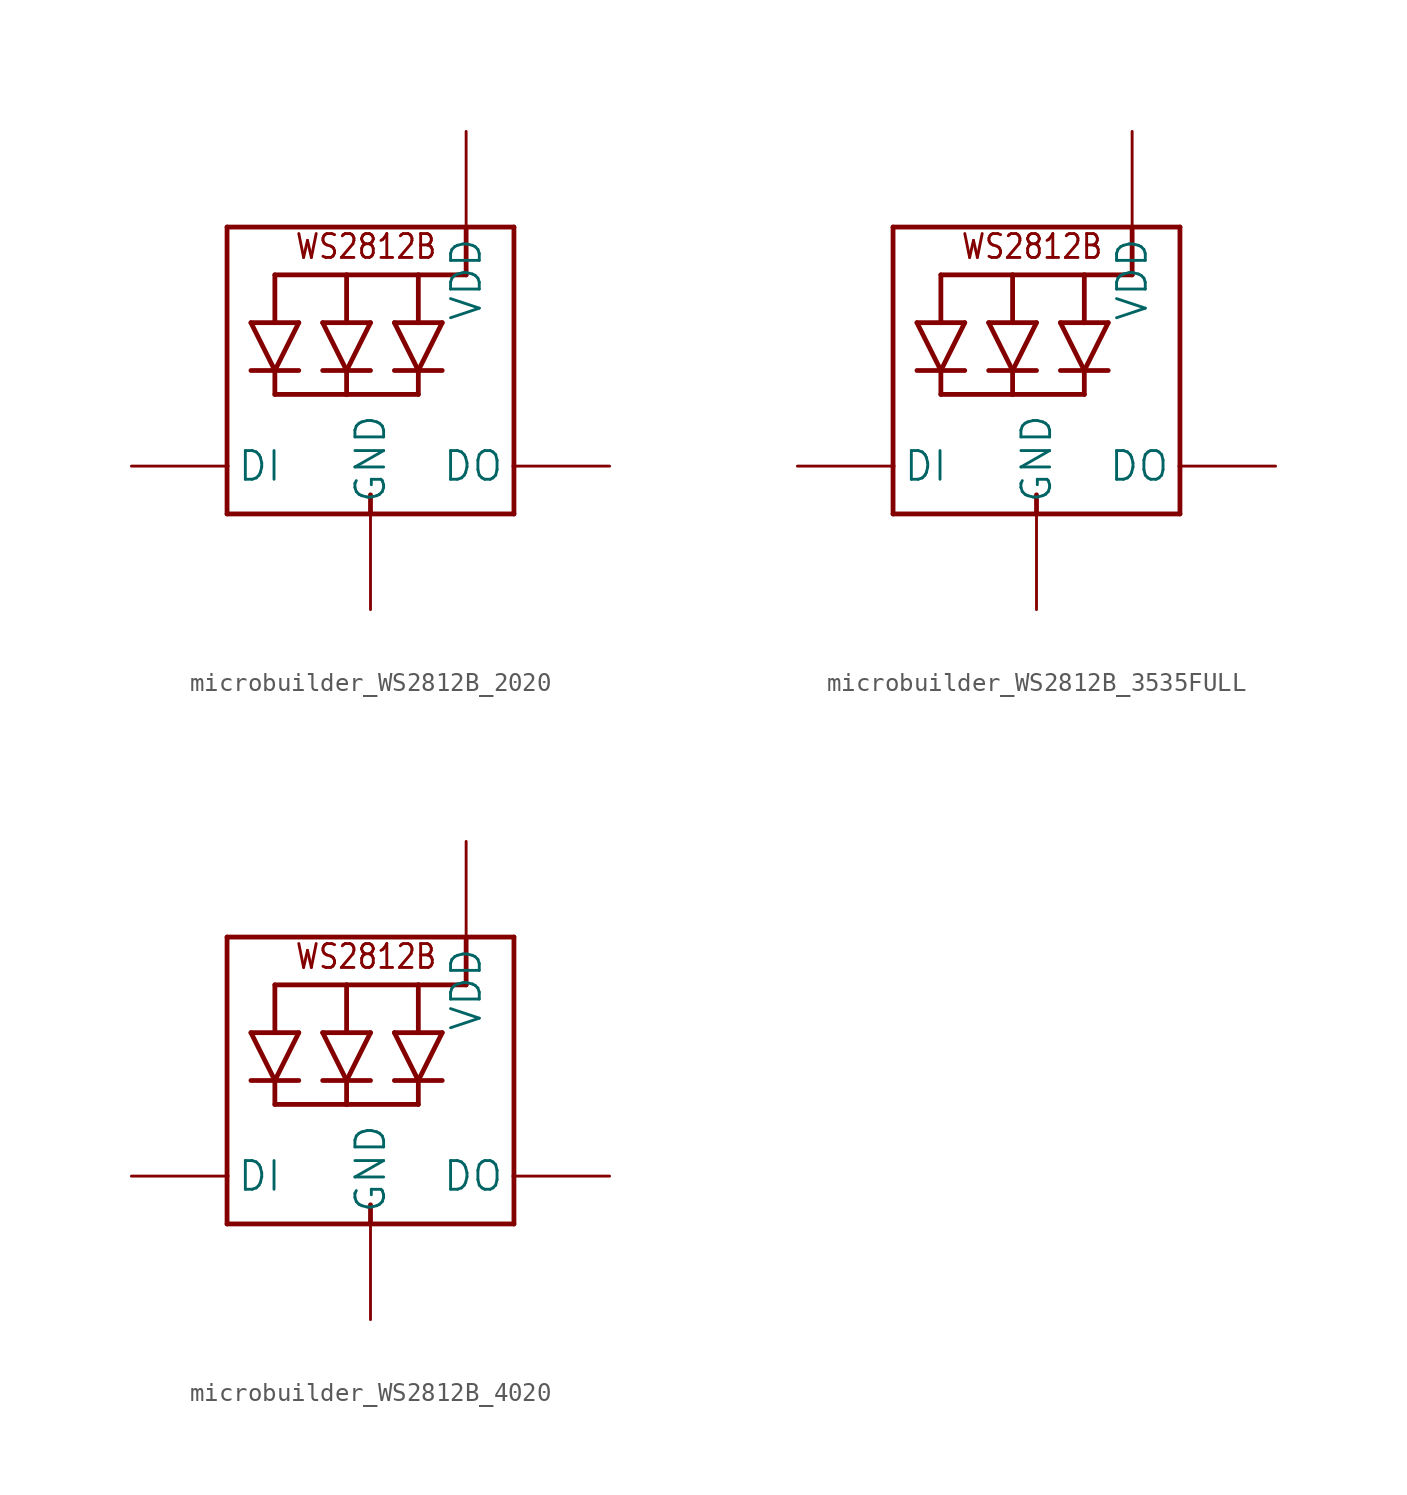
<source format=kicad_sym>
(kicad_symbol_lib
  (version 20241209)
  (generator "kicad_symbol_editor")
  (generator_version "9.0")
  (symbol "microbuilder_WS2812B_2020"
    (property "Reference" "LED"
      (at 0 0 0)
      (effects (font (size 1.27 1.27)) (hide yes)))
    (property "ki_locked" ""
      (at 0 0 0)
      (effects (font (size 1.27 1.27))))
    (symbol "microbuilder_WS2812B_2020_1_0"
      (polyline (pts (xy -7.62 10.16) (xy -7.62 -2.54)) (stroke (width 0.254) (type solid)) (fill (type none)))
      (polyline (pts (xy -7.62 -2.54) (xy -7.62 -5.08)) (stroke (width 0.254) (type solid)) (fill (type none)))
      (polyline (pts (xy -7.62 -5.08) (xy 0 -5.08)) (stroke (width 0.254) (type solid)) (fill (type none)))
      (polyline (pts (xy -6.35 5.08) (xy -5.08 5.08)) (stroke (width 0.254) (type solid)) (fill (type none)))
      (polyline (pts (xy -6.35 2.54) (xy -5.08 2.54)) (stroke (width 0.254) (type solid)) (fill (type none)))
      (polyline (pts (xy -5.08 7.62) (xy -5.08 5.08)) (stroke (width 0.254) (type solid)) (fill (type none)))
      (polyline (pts (xy -5.08 5.08) (xy -3.81 5.08)) (stroke (width 0.254) (type solid)) (fill (type none)))
      (polyline (pts (xy -5.08 2.54) (xy -6.35 5.08)) (stroke (width 0.254) (type solid)) (fill (type none)))
      (polyline (pts (xy -5.08 2.54) (xy -5.08 1.27)) (stroke (width 0.254) (type solid)) (fill (type none)))
      (polyline (pts (xy -5.08 2.54) (xy -3.81 5.08)) (stroke (width 0.254) (type solid)) (fill (type none)))
      (polyline (pts (xy -3.81 2.54) (xy -5.08 2.54)) (stroke (width 0.254) (type solid)) (fill (type none)))
      (polyline (pts (xy -2.54 5.08) (xy 0 5.08)) (stroke (width 0.254) (type solid)) (fill (type none)))
      (polyline (pts (xy -2.54 2.54) (xy -1.27 2.54)) (stroke (width 0.254) (type solid)) (fill (type none)))
      (polyline (pts (xy -1.27 7.62) (xy -5.08 7.62)) (stroke (width 0.254) (type solid)) (fill (type none)))
      (polyline (pts (xy -1.27 5.08) (xy -1.27 7.62)) (stroke (width 0.254) (type solid)) (fill (type none)))
      (polyline (pts (xy -1.27 2.54) (xy -2.54 5.08)) (stroke (width 0.254) (type solid)) (fill (type none)))
      (polyline (pts (xy -1.27 2.54) (xy -1.27 1.27)) (stroke (width 0.254) (type solid)) (fill (type none)))
      (polyline (pts (xy -1.27 2.54) (xy 0 2.54)) (stroke (width 0.254) (type solid)) (fill (type none)))
      (polyline (pts (xy -1.27 1.27) (xy -5.08 1.27)) (stroke (width 0.254) (type solid)) (fill (type none)))
      (polyline (pts (xy 0 5.08) (xy -1.27 2.54)) (stroke (width 0.254) (type solid)) (fill (type none)))
      (polyline (pts (xy 0 -4.064) (xy 0 -5.08)) (stroke (width 0.254) (type solid)) (fill (type none)))
      (polyline (pts (xy 0 -5.08) (xy 7.62 -5.08)) (stroke (width 0.254) (type solid)) (fill (type none)))
      (polyline (pts (xy 1.27 5.08) (xy 2.54 5.08)) (stroke (width 0.254) (type solid)) (fill (type none)))
      (polyline (pts (xy 1.27 5.08) (xy 2.54 2.54)) (stroke (width 0.254) (type solid)) (fill (type none)))
      (polyline (pts (xy 2.54 7.62) (xy -1.27 7.62)) (stroke (width 0.254) (type solid)) (fill (type none)))
      (polyline (pts (xy 2.54 7.62) (xy 5.08 7.62)) (stroke (width 0.254) (type solid)) (fill (type none)))
      (polyline (pts (xy 2.54 5.08) (xy 2.54 7.62)) (stroke (width 0.254) (type solid)) (fill (type none)))
      (polyline (pts (xy 2.54 2.54) (xy 1.27 2.54)) (stroke (width 0.254) (type solid)) (fill (type none)))
      (polyline (pts (xy 2.54 2.54) (xy 2.54 1.27)) (stroke (width 0.254) (type solid)) (fill (type none)))
      (polyline (pts (xy 2.54 2.54) (xy 3.81 5.08)) (stroke (width 0.254) (type solid)) (fill (type none)))
      (polyline (pts (xy 2.54 2.54) (xy 3.81 2.54)) (stroke (width 0.254) (type solid)) (fill (type none)))
      (polyline (pts (xy 2.54 1.27) (xy -1.27 1.27)) (stroke (width 0.254) (type solid)) (fill (type none)))
      (polyline (pts (xy 3.81 5.08) (xy 2.54 5.08)) (stroke (width 0.254) (type solid)) (fill (type none)))
      (polyline (pts (xy 5.08 10.16) (xy -7.62 10.16)) (stroke (width 0.254) (type solid)) (fill (type none)))
      (polyline (pts (xy 5.08 10.16) (xy 5.08 7.62)) (stroke (width 0.254) (type solid)) (fill (type none)))
      (polyline (pts (xy 7.62 10.16) (xy 5.08 10.16)) (stroke (width 0.254) (type solid)) (fill (type none)))
      (polyline (pts (xy 7.62 -2.54) (xy 7.62 10.16)) (stroke (width 0.254) (type solid)) (fill (type none)))
      (polyline (pts (xy 7.62 -5.08) (xy 7.62 -2.54)) (stroke (width 0.254) (type solid)) (fill (type none)))
      (text "WS2812B" (at -4.064 8.382 0) (effects (font (size 1.27 1.079)) (justify left bottom)))
      (pin input line (at -12.7 -2.54 0) (length 5.08) (name "DI" (effects (font (size 1.524 1.524)))) (number "3" (effects (font (size 0 0)))))
      (pin power_in line (at 0 -10.16 90) (length 5.08) (name "GND" (effects (font (size 1.524 1.524)))) (number "2" (effects (font (size 0 0)))))
      (pin power_in line (at 5.08 15.24 270) (length 5.08) (name "VDD" (effects (font (size 1.524 1.524)))) (number "4" (effects (font (size 0 0)))))
      (pin output line (at 12.7 -2.54 180) (length 5.08) (name "DO" (effects (font (size 1.524 1.524)))) (number "1" (effects (font (size 0 0)))))))
  (symbol "microbuilder_WS2812B_3535FULL"
    (property "Reference" "LED"
      (at 0 0 0)
      (effects (font (size 1.27 1.27)) (hide yes)))
    (property "ki_locked" ""
      (at 0 0 0)
      (effects (font (size 1.27 1.27))))
    (symbol "microbuilder_WS2812B_3535FULL_1_0"
      (polyline (pts (xy -7.62 10.16) (xy -7.62 -2.54)) (stroke (width 0.254) (type solid)) (fill (type none)))
      (polyline (pts (xy -7.62 -2.54) (xy -7.62 -5.08)) (stroke (width 0.254) (type solid)) (fill (type none)))
      (polyline (pts (xy -7.62 -5.08) (xy 0 -5.08)) (stroke (width 0.254) (type solid)) (fill (type none)))
      (polyline (pts (xy -6.35 5.08) (xy -5.08 5.08)) (stroke (width 0.254) (type solid)) (fill (type none)))
      (polyline (pts (xy -6.35 2.54) (xy -5.08 2.54)) (stroke (width 0.254) (type solid)) (fill (type none)))
      (polyline (pts (xy -5.08 7.62) (xy -5.08 5.08)) (stroke (width 0.254) (type solid)) (fill (type none)))
      (polyline (pts (xy -5.08 5.08) (xy -3.81 5.08)) (stroke (width 0.254) (type solid)) (fill (type none)))
      (polyline (pts (xy -5.08 2.54) (xy -6.35 5.08)) (stroke (width 0.254) (type solid)) (fill (type none)))
      (polyline (pts (xy -5.08 2.54) (xy -5.08 1.27)) (stroke (width 0.254) (type solid)) (fill (type none)))
      (polyline (pts (xy -5.08 2.54) (xy -3.81 5.08)) (stroke (width 0.254) (type solid)) (fill (type none)))
      (polyline (pts (xy -3.81 2.54) (xy -5.08 2.54)) (stroke (width 0.254) (type solid)) (fill (type none)))
      (polyline (pts (xy -2.54 5.08) (xy 0 5.08)) (stroke (width 0.254) (type solid)) (fill (type none)))
      (polyline (pts (xy -2.54 2.54) (xy -1.27 2.54)) (stroke (width 0.254) (type solid)) (fill (type none)))
      (polyline (pts (xy -1.27 7.62) (xy -5.08 7.62)) (stroke (width 0.254) (type solid)) (fill (type none)))
      (polyline (pts (xy -1.27 5.08) (xy -1.27 7.62)) (stroke (width 0.254) (type solid)) (fill (type none)))
      (polyline (pts (xy -1.27 2.54) (xy -2.54 5.08)) (stroke (width 0.254) (type solid)) (fill (type none)))
      (polyline (pts (xy -1.27 2.54) (xy -1.27 1.27)) (stroke (width 0.254) (type solid)) (fill (type none)))
      (polyline (pts (xy -1.27 2.54) (xy 0 2.54)) (stroke (width 0.254) (type solid)) (fill (type none)))
      (polyline (pts (xy -1.27 1.27) (xy -5.08 1.27)) (stroke (width 0.254) (type solid)) (fill (type none)))
      (polyline (pts (xy 0 5.08) (xy -1.27 2.54)) (stroke (width 0.254) (type solid)) (fill (type none)))
      (polyline (pts (xy 0 -4.064) (xy 0 -5.08)) (stroke (width 0.254) (type solid)) (fill (type none)))
      (polyline (pts (xy 0 -5.08) (xy 7.62 -5.08)) (stroke (width 0.254) (type solid)) (fill (type none)))
      (polyline (pts (xy 1.27 5.08) (xy 2.54 5.08)) (stroke (width 0.254) (type solid)) (fill (type none)))
      (polyline (pts (xy 1.27 5.08) (xy 2.54 2.54)) (stroke (width 0.254) (type solid)) (fill (type none)))
      (polyline (pts (xy 2.54 7.62) (xy -1.27 7.62)) (stroke (width 0.254) (type solid)) (fill (type none)))
      (polyline (pts (xy 2.54 7.62) (xy 5.08 7.62)) (stroke (width 0.254) (type solid)) (fill (type none)))
      (polyline (pts (xy 2.54 5.08) (xy 2.54 7.62)) (stroke (width 0.254) (type solid)) (fill (type none)))
      (polyline (pts (xy 2.54 2.54) (xy 1.27 2.54)) (stroke (width 0.254) (type solid)) (fill (type none)))
      (polyline (pts (xy 2.54 2.54) (xy 2.54 1.27)) (stroke (width 0.254) (type solid)) (fill (type none)))
      (polyline (pts (xy 2.54 2.54) (xy 3.81 5.08)) (stroke (width 0.254) (type solid)) (fill (type none)))
      (polyline (pts (xy 2.54 2.54) (xy 3.81 2.54)) (stroke (width 0.254) (type solid)) (fill (type none)))
      (polyline (pts (xy 2.54 1.27) (xy -1.27 1.27)) (stroke (width 0.254) (type solid)) (fill (type none)))
      (polyline (pts (xy 3.81 5.08) (xy 2.54 5.08)) (stroke (width 0.254) (type solid)) (fill (type none)))
      (polyline (pts (xy 5.08 10.16) (xy -7.62 10.16)) (stroke (width 0.254) (type solid)) (fill (type none)))
      (polyline (pts (xy 5.08 10.16) (xy 5.08 7.62)) (stroke (width 0.254) (type solid)) (fill (type none)))
      (polyline (pts (xy 7.62 10.16) (xy 5.08 10.16)) (stroke (width 0.254) (type solid)) (fill (type none)))
      (polyline (pts (xy 7.62 -2.54) (xy 7.62 10.16)) (stroke (width 0.254) (type solid)) (fill (type none)))
      (polyline (pts (xy 7.62 -5.08) (xy 7.62 -2.54)) (stroke (width 0.254) (type solid)) (fill (type none)))
      (text "WS2812B" (at -4.064 8.382 0) (effects (font (size 1.27 1.079)) (justify left bottom)))
      (pin input line (at -12.7 -2.54 0) (length 5.08) (name "DI" (effects (font (size 1.524 1.524)))) (number "1" (effects (font (size 0 0)))))
      (pin power_in line (at 0 -10.16 90) (length 5.08) (name "GND" (effects (font (size 1.524 1.524)))) (number "4" (effects (font (size 0 0)))))
      (pin power_in line (at 5.08 15.24 270) (length 5.08) (name "VDD" (effects (font (size 1.524 1.524)))) (number "2" (effects (font (size 0 0)))))
      (pin output line (at 12.7 -2.54 180) (length 5.08) (name "DO" (effects (font (size 1.524 1.524)))) (number "3" (effects (font (size 0 0)))))))
  (symbol "microbuilder_WS2812B_4020"
    (property "Reference" "LED"
      (at 0 0 0)
      (effects (font (size 1.27 1.27)) (hide yes)))
    (property "ki_locked" ""
      (at 0 0 0)
      (effects (font (size 1.27 1.27))))
    (symbol "microbuilder_WS2812B_4020_1_0"
      (polyline (pts (xy -7.62 10.16) (xy -7.62 -2.54)) (stroke (width 0.254) (type solid)) (fill (type none)))
      (polyline (pts (xy -7.62 -2.54) (xy -7.62 -5.08)) (stroke (width 0.254) (type solid)) (fill (type none)))
      (polyline (pts (xy -7.62 -5.08) (xy 0 -5.08)) (stroke (width 0.254) (type solid)) (fill (type none)))
      (polyline (pts (xy -6.35 5.08) (xy -5.08 5.08)) (stroke (width 0.254) (type solid)) (fill (type none)))
      (polyline (pts (xy -6.35 2.54) (xy -5.08 2.54)) (stroke (width 0.254) (type solid)) (fill (type none)))
      (polyline (pts (xy -5.08 7.62) (xy -5.08 5.08)) (stroke (width 0.254) (type solid)) (fill (type none)))
      (polyline (pts (xy -5.08 5.08) (xy -3.81 5.08)) (stroke (width 0.254) (type solid)) (fill (type none)))
      (polyline (pts (xy -5.08 2.54) (xy -6.35 5.08)) (stroke (width 0.254) (type solid)) (fill (type none)))
      (polyline (pts (xy -5.08 2.54) (xy -5.08 1.27)) (stroke (width 0.254) (type solid)) (fill (type none)))
      (polyline (pts (xy -5.08 2.54) (xy -3.81 5.08)) (stroke (width 0.254) (type solid)) (fill (type none)))
      (polyline (pts (xy -3.81 2.54) (xy -5.08 2.54)) (stroke (width 0.254) (type solid)) (fill (type none)))
      (polyline (pts (xy -2.54 5.08) (xy 0 5.08)) (stroke (width 0.254) (type solid)) (fill (type none)))
      (polyline (pts (xy -2.54 2.54) (xy -1.27 2.54)) (stroke (width 0.254) (type solid)) (fill (type none)))
      (polyline (pts (xy -1.27 7.62) (xy -5.08 7.62)) (stroke (width 0.254) (type solid)) (fill (type none)))
      (polyline (pts (xy -1.27 5.08) (xy -1.27 7.62)) (stroke (width 0.254) (type solid)) (fill (type none)))
      (polyline (pts (xy -1.27 2.54) (xy -2.54 5.08)) (stroke (width 0.254) (type solid)) (fill (type none)))
      (polyline (pts (xy -1.27 2.54) (xy -1.27 1.27)) (stroke (width 0.254) (type solid)) (fill (type none)))
      (polyline (pts (xy -1.27 2.54) (xy 0 2.54)) (stroke (width 0.254) (type solid)) (fill (type none)))
      (polyline (pts (xy -1.27 1.27) (xy -5.08 1.27)) (stroke (width 0.254) (type solid)) (fill (type none)))
      (polyline (pts (xy 0 5.08) (xy -1.27 2.54)) (stroke (width 0.254) (type solid)) (fill (type none)))
      (polyline (pts (xy 0 -4.064) (xy 0 -5.08)) (stroke (width 0.254) (type solid)) (fill (type none)))
      (polyline (pts (xy 0 -5.08) (xy 7.62 -5.08)) (stroke (width 0.254) (type solid)) (fill (type none)))
      (polyline (pts (xy 1.27 5.08) (xy 2.54 5.08)) (stroke (width 0.254) (type solid)) (fill (type none)))
      (polyline (pts (xy 1.27 5.08) (xy 2.54 2.54)) (stroke (width 0.254) (type solid)) (fill (type none)))
      (polyline (pts (xy 2.54 7.62) (xy -1.27 7.62)) (stroke (width 0.254) (type solid)) (fill (type none)))
      (polyline (pts (xy 2.54 7.62) (xy 5.08 7.62)) (stroke (width 0.254) (type solid)) (fill (type none)))
      (polyline (pts (xy 2.54 5.08) (xy 2.54 7.62)) (stroke (width 0.254) (type solid)) (fill (type none)))
      (polyline (pts (xy 2.54 2.54) (xy 1.27 2.54)) (stroke (width 0.254) (type solid)) (fill (type none)))
      (polyline (pts (xy 2.54 2.54) (xy 2.54 1.27)) (stroke (width 0.254) (type solid)) (fill (type none)))
      (polyline (pts (xy 2.54 2.54) (xy 3.81 5.08)) (stroke (width 0.254) (type solid)) (fill (type none)))
      (polyline (pts (xy 2.54 2.54) (xy 3.81 2.54)) (stroke (width 0.254) (type solid)) (fill (type none)))
      (polyline (pts (xy 2.54 1.27) (xy -1.27 1.27)) (stroke (width 0.254) (type solid)) (fill (type none)))
      (polyline (pts (xy 3.81 5.08) (xy 2.54 5.08)) (stroke (width 0.254) (type solid)) (fill (type none)))
      (polyline (pts (xy 5.08 10.16) (xy -7.62 10.16)) (stroke (width 0.254) (type solid)) (fill (type none)))
      (polyline (pts (xy 5.08 10.16) (xy 5.08 7.62)) (stroke (width 0.254) (type solid)) (fill (type none)))
      (polyline (pts (xy 7.62 10.16) (xy 5.08 10.16)) (stroke (width 0.254) (type solid)) (fill (type none)))
      (polyline (pts (xy 7.62 -2.54) (xy 7.62 10.16)) (stroke (width 0.254) (type solid)) (fill (type none)))
      (polyline (pts (xy 7.62 -5.08) (xy 7.62 -2.54)) (stroke (width 0.254) (type solid)) (fill (type none)))
      (text "WS2812B" (at -4.064 8.382 0) (effects (font (size 1.27 1.079)) (justify left bottom)))
      (pin input line (at -12.7 -2.54 0) (length 5.08) (name "DI" (effects (font (size 1.524 1.524)))) (number "1" (effects (font (size 0 0)))))
      (pin power_in line (at 0 -10.16 90) (length 5.08) (name "GND" (effects (font (size 1.524 1.524)))) (number "4" (effects (font (size 0 0)))))
      (pin power_in line (at 5.08 15.24 270) (length 5.08) (name "VDD" (effects (font (size 1.524 1.524)))) (number "2" (effects (font (size 0 0)))))
      (pin output line (at 12.7 -2.54 180) (length 5.08) (name "DO" (effects (font (size 1.524 1.524)))) (number "3" (effects (font (size 0 0))))))))
</source>
